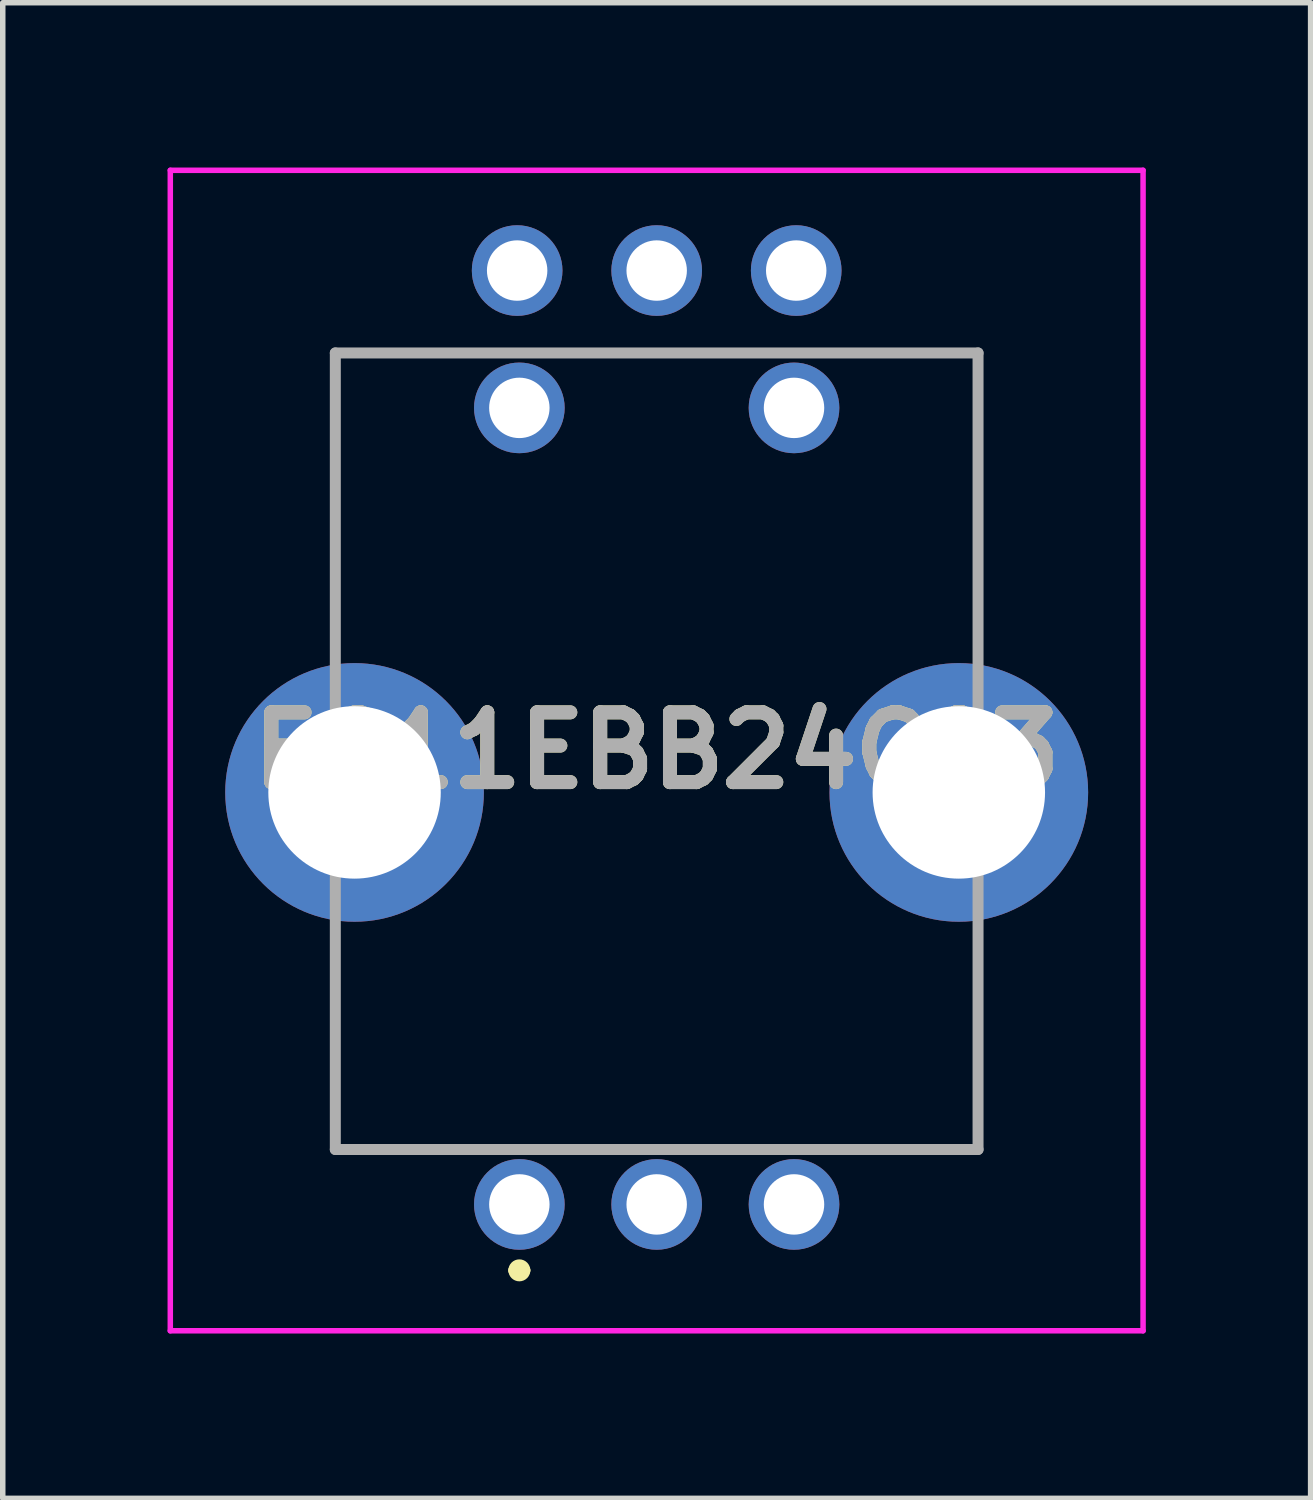
<source format=kicad_pcb>
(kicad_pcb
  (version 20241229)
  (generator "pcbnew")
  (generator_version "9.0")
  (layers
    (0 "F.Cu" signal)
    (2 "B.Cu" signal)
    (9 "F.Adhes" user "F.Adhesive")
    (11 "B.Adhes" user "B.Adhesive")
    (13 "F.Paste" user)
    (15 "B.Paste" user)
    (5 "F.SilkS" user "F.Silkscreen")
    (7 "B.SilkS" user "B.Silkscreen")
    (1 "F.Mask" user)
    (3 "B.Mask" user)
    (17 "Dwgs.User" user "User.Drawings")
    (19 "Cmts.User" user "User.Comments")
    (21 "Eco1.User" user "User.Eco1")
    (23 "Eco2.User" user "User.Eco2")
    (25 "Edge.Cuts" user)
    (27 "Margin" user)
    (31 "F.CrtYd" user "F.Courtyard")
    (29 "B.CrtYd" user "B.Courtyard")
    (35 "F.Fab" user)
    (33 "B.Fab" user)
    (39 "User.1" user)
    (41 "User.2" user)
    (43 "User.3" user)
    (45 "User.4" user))
  (footprint "EC11EBB24C03"
    (layer "F.Cu")
    (at 6.404 18.875)
    (property "Reference" "EC11EBB24C03" (at 2.5 -8.262 0) (layer "F.SilkS") (effects (font (size 1.27 1.27) (thickness 0.254))))
    (attr through_hole)
    (fp_line (start -3.35 -15.5) (end 8.35 -15.5) (stroke (width 0.1) (type solid)) (layer "F.SilkS"))
    (fp_line (start -3.35 -10.5) (end -3.35 -15.5) (stroke (width 0.1) (type solid)) (layer "F.SilkS"))
    (fp_line (start -3.35 -4.5) (end -3.35 -1) (stroke (width 0.1) (type solid)) (layer "F.SilkS"))
    (fp_line (start -3.35 -1) (end 8.35 -1) (stroke (width 0.1) (type solid)) (layer "F.SilkS"))
    (fp_line (start -0.1 1.2) (end -0.1 1.2) (stroke (width 0.2) (type solid)) (layer "F.SilkS"))
    (fp_line (start 0.1 1.2) (end 0.1 1.2) (stroke (width 0.2) (type solid)) (layer "F.SilkS"))
    (fp_line (start 8.35 -15.5) (end 8.35 -10.5) (stroke (width 0.1) (type solid)) (layer "F.SilkS"))
    (fp_line (start 8.35 -1) (end 8.35 -4.5) (stroke (width 0.1) (type solid)) (layer "F.SilkS"))
    (fp_arc (start -0.1 1.2) (mid 0 1.1) (end 0.1 1.2) (stroke (width 0.2) (type solid)) (layer "F.SilkS"))
    (fp_arc (start 0.1 1.2) (mid 0 1.3) (end -0.1 1.2) (stroke (width 0.2) (type solid)) (layer "F.SilkS"))
    (fp_line (start -6.354 -18.825) (end 11.354 -18.825) (stroke (width 0.1) (type solid)) (layer "F.CrtYd"))
    (fp_line (start -6.354 2.3) (end -6.354 -18.825) (stroke (width 0.1) (type solid)) (layer "F.CrtYd"))
    (fp_line (start 11.354 -18.825) (end 11.354 2.3) (stroke (width 0.1) (type solid)) (layer "F.CrtYd"))
    (fp_line (start 11.354 2.3) (end -6.354 2.3) (stroke (width 0.1) (type solid)) (layer "F.CrtYd"))
    (fp_line (start -3.35 -15.5) (end 8.35 -15.5) (stroke (width 0.2) (type solid)) (layer "F.Fab"))
    (fp_line (start -3.35 -1) (end -3.35 -15.5) (stroke (width 0.2) (type solid)) (layer "F.Fab"))
    (fp_line (start 8.35 -15.5) (end 8.35 -1) (stroke (width 0.2) (type solid)) (layer "F.Fab"))
    (fp_line (start 8.35 -1) (end -3.35 -1) (stroke (width 0.2) (type solid)) (layer "F.Fab"))
    (fp_text user "${REFERENCE}" (at 2.5 -8.262 0) (layer "F.Fab") (effects (font (size 1.27 1.27) (thickness 0.254))))
    (pad "A1" thru_hole circle (at 0 0) (size 1.65 1.65) (drill 1.1) (layers "*.Cu" "*.Mask"))
    (pad "A2" thru_hole circle (at -0.04 -17) (size 1.65 1.65) (drill 1.1) (layers "*.Cu" "*.Mask"))
    (pad "B1" thru_hole circle (at 5 0) (size 1.65 1.65) (drill 1.1) (layers "*.Cu" "*.Mask"))
    (pad "B2" thru_hole circle (at 5.04 -17) (size 1.65 1.65) (drill 1.1) (layers "*.Cu" "*.Mask"))
    (pad "C1" thru_hole circle (at 2.5 0) (size 1.65 1.65) (drill 1.1) (layers "*.Cu" "*.Mask"))
    (pad "C2" thru_hole circle (at 2.5 -17) (size 1.65 1.65) (drill 1.1) (layers "*.Cu" "*.Mask"))
    (pad "D1" thru_hole circle (at 0 -14.5) (size 1.65 1.65) (drill 1.1) (layers "*.Cu" "*.Mask"))
    (pad "E1" thru_hole circle (at 5 -14.5) (size 1.65 1.65) (drill 1.1) (layers "*.Cu" "*.Mask"))
    (pad "MH1" thru_hole circle (at -3 -7.5) (size 4.708 4.708) (drill 3.139) (layers "*.Cu" "*.Mask"))
    (pad "MH2" thru_hole circle (at 8 -7.5) (size 4.708 4.708) (drill 3.139) (layers "*.Cu" "*.Mask")))
  (gr_rect
    (start -3 -3)
    (end 20.808 24.225)
    (stroke (width 0.1) (type default))
    (fill no)
    (layer "Edge.Cuts")))
</source>
